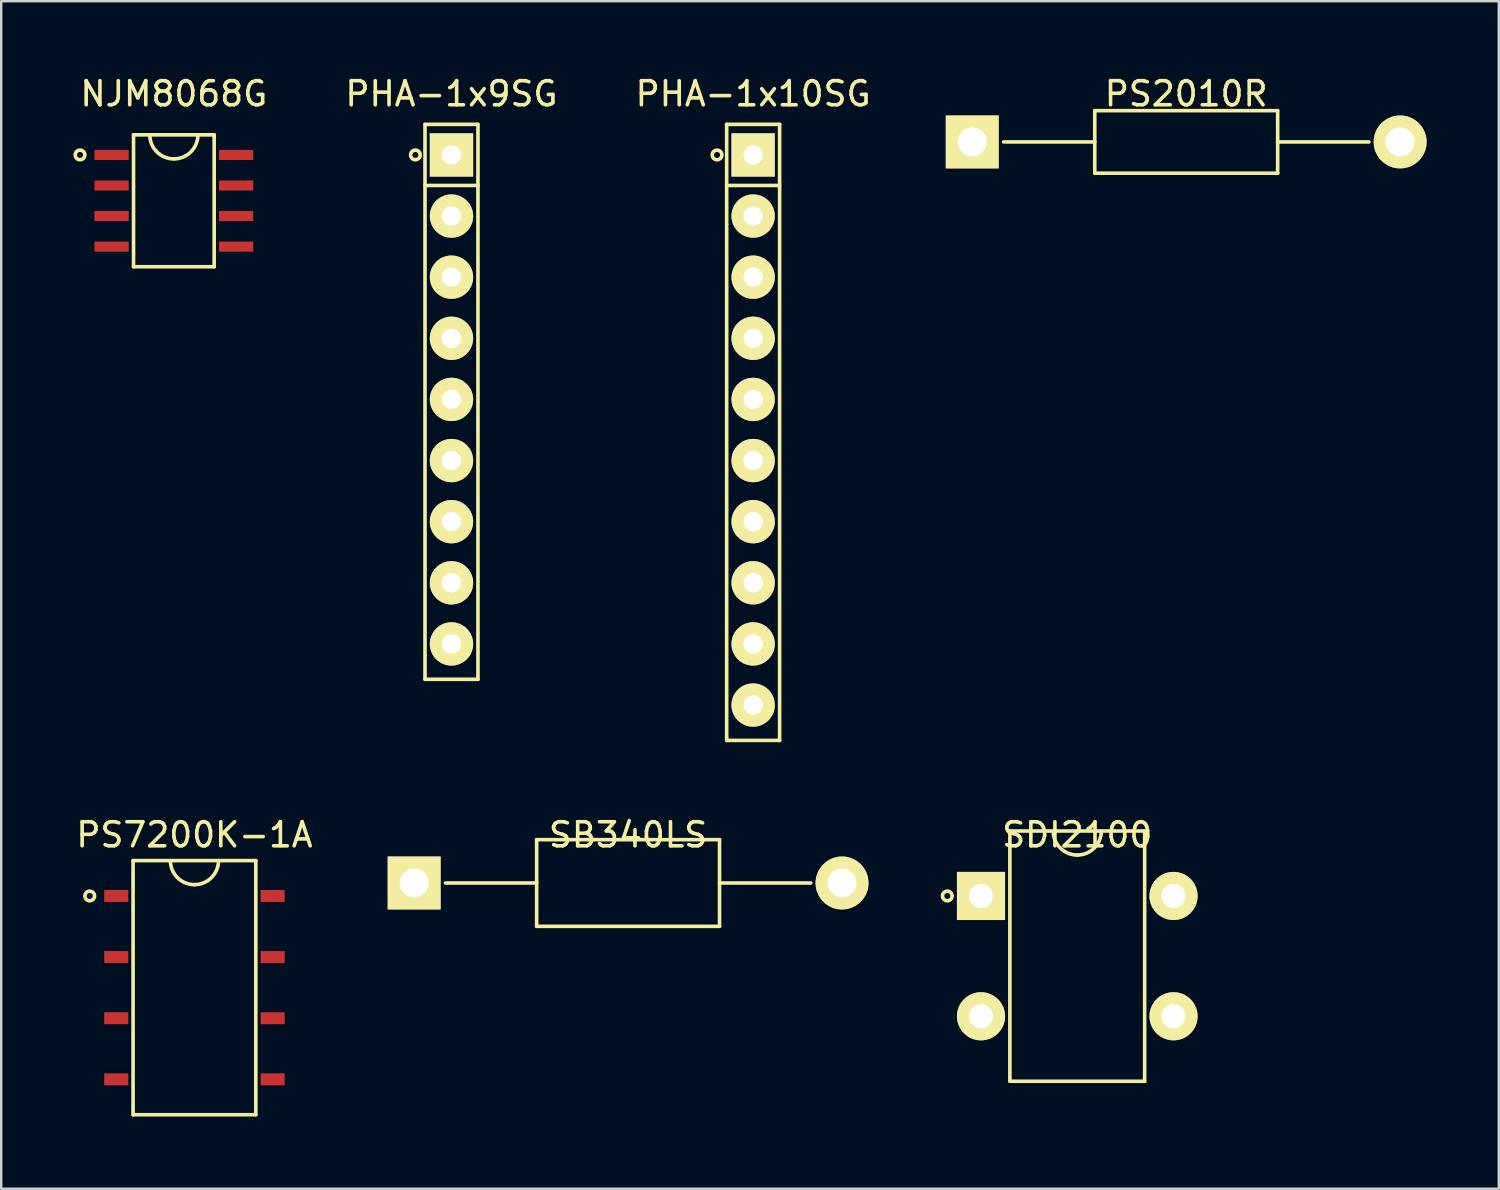
<source format=kicad_pcb>
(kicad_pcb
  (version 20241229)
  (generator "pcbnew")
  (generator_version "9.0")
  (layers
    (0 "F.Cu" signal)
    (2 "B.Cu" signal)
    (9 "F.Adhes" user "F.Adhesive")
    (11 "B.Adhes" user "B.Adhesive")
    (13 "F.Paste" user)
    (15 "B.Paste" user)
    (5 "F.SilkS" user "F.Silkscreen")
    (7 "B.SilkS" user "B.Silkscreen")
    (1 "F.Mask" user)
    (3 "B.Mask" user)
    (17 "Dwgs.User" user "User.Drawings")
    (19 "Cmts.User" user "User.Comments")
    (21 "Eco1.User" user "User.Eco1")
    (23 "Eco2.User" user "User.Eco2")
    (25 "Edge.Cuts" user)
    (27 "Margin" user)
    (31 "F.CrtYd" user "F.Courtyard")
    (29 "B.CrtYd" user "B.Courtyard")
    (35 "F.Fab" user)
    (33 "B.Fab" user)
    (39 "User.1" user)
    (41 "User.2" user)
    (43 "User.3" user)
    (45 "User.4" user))
  (footprint "SB340LS"
    (layer "F.Cu")
    (at 14.16 33.642)
    (property "Reference" "SB340LS" (at 8.89 -2 0) (layer "F.SilkS") (effects (font (size 1 1) (thickness 0.15))))
    (attr through_hole)
    (fp_line (start 1.3 0) (end 5.09 0) (stroke (width 0.15) (type solid)) (layer "F.SilkS"))
    (fp_line (start 5.09 -1.8) (end 5.09 1.8) (stroke (width 0.15) (type solid)) (layer "F.SilkS"))
    (fp_line (start 5.09 -1.8) (end 12.69 -1.8) (stroke (width 0.15) (type solid)) (layer "F.SilkS"))
    (fp_line (start 5.09 1.8) (end 12.69 1.8) (stroke (width 0.15) (type solid)) (layer "F.SilkS"))
    (fp_line (start 12.69 0) (end 16.48 0) (stroke (width 0.15) (type solid)) (layer "F.SilkS"))
    (fp_line (start 12.69 1.8) (end 12.69 -1.8) (stroke (width 0.15) (type solid)) (layer "F.SilkS"))
    (pad "1" thru_hole rect (at 0 0) (size 2.2 2.2) (drill 1.2) (layers "*.Cu" "*.Mask" "F.SilkS"))
    (pad "2" thru_hole circle (at 17.78 0) (size 2.2 2.2) (drill 1.2) (layers "*.Cu" "*.Mask" "F.SilkS")))
  (footprint "PHA-1x10SG"
    (layer "F.Cu")
    (at 28.246 3.388)
    (property "Reference" "PHA-1x10SG" (at 0 -2.54 0) (layer "F.SilkS") (effects (font (size 1 1) (thickness 0.15))))
    (attr through_hole)
    (fp_line (start -1.1 -1.27) (end 1.1 -1.27) (stroke (width 0.15) (type solid)) (layer "F.SilkS"))
    (fp_line (start -1.1 1.27) (end 1.1 1.27) (stroke (width 0.15) (type solid)) (layer "F.SilkS"))
    (fp_line (start -1.1 24.33) (end -1.1 -1.27) (stroke (width 0.15) (type solid)) (layer "F.SilkS"))
    (fp_line (start 1.1 -1.27) (end 1.1 24.33) (stroke (width 0.15) (type solid)) (layer "F.SilkS"))
    (fp_line (start 1.1 24.33) (end -1.1 24.33) (stroke (width 0.15) (type solid)) (layer "F.SilkS"))
    (fp_circle (center -1.5 0) (end -1.5 0.2) (stroke (width 0.15) (type solid)) (fill no) (layer "F.SilkS"))
    (pad "1" thru_hole rect (at 0 0) (size 1.8 1.8) (drill 0.8) (layers "*.Cu" "*.Mask" "F.SilkS"))
    (pad "2" thru_hole circle (at 0 2.54) (size 1.8 1.8) (drill 0.8) (layers "*.Cu" "*.Mask" "F.SilkS"))
    (pad "3" thru_hole circle (at 0 5.08) (size 1.8 1.8) (drill 0.8) (layers "*.Cu" "*.Mask" "F.SilkS"))
    (pad "4" thru_hole circle (at 0 7.62) (size 1.8 1.8) (drill 0.8) (layers "*.Cu" "*.Mask" "F.SilkS"))
    (pad "5" thru_hole circle (at 0 10.16) (size 1.8 1.8) (drill 0.8) (layers "*.Cu" "*.Mask" "F.SilkS"))
    (pad "6" thru_hole circle (at 0 12.7) (size 1.8 1.8) (drill 0.8) (layers "*.Cu" "*.Mask" "F.SilkS"))
    (pad "7" thru_hole circle (at 0 15.24) (size 1.8 1.8) (drill 0.8) (layers "*.Cu" "*.Mask" "F.SilkS"))
    (pad "8" thru_hole circle (at 0 17.78) (size 1.8 1.8) (drill 0.8) (layers "*.Cu" "*.Mask" "F.SilkS"))
    (pad "9" thru_hole circle (at 0 20.32) (size 1.8 1.8) (drill 0.8) (layers "*.Cu" "*.Mask" "F.SilkS"))
    (pad "10" thru_hole circle (at 0 22.86) (size 1.8 1.8) (drill 0.8) (layers "*.Cu" "*.Mask" "F.SilkS")))
  (footprint "SDI2100"
    (layer "F.Cu")
    (at 37.715 34.181)
    (property "Reference" "SDI2100" (at 4 -2.54 0) (layer "F.SilkS") (effects (font (size 1 1) (thickness 0.15))))
    (attr through_hole)
    (fp_line (start 1.2 -2.7) (end 6.8 -2.7) (stroke (width 0.15) (type solid)) (layer "F.SilkS"))
    (fp_line (start 1.2 7.7) (end 1.2 -2.7) (stroke (width 0.15) (type solid)) (layer "F.SilkS"))
    (fp_line (start 6.8 -2.7) (end 6.8 7.7) (stroke (width 0.15) (type solid)) (layer "F.SilkS"))
    (fp_line (start 6.8 7.7) (end 1.2 7.7) (stroke (width 0.15) (type solid)) (layer "F.SilkS"))
    (fp_arc (start 4 -1.7) (mid 3.292893 -1.992893) (end 3 -2.7) (stroke (width 0.15) (type solid)) (layer "F.SilkS"))
    (fp_arc (start 5 -2.7) (mid 4.707107 -1.992893) (end 4 -1.7) (stroke (width 0.15) (type solid)) (layer "F.SilkS"))
    (fp_circle (center -1.4 0) (end -1.4 0.2) (stroke (width 0.15) (type solid)) (fill no) (layer "F.SilkS"))
    (pad "1" thru_hole rect (at 0 0) (size 2 2) (drill 1) (layers "*.Cu" "*.Mask" "F.SilkS"))
    (pad "2" thru_hole circle (at 0 5) (size 2 2) (drill 1) (layers "*.Cu" "*.Mask" "F.SilkS"))
    (pad "3" thru_hole circle (at 8 5) (size 2 2) (drill 1) (layers "*.Cu" "*.Mask" "F.SilkS"))
    (pad "4" thru_hole circle (at 8 0) (size 2 2) (drill 1) (layers "*.Cu" "*.Mask" "F.SilkS")))
  (footprint "PS7200K-1A"
    (layer "F.Cu")
    (at 1.78 34.181)
    (property "Reference" "PS7200K-1A" (at 3.25 -2.54 0) (layer "F.SilkS") (effects (font (size 1 1) (thickness 0.15))))
    (attr through_hole)
    (fp_line (start 0.7 -1.47) (end 5.8 -1.47) (stroke (width 0.15) (type solid)) (layer "F.SilkS"))
    (fp_line (start 0.7 9.09) (end 0.7 -1.47) (stroke (width 0.15) (type solid)) (layer "F.SilkS"))
    (fp_line (start 5.8 -1.47) (end 5.8 9.09) (stroke (width 0.15) (type solid)) (layer "F.SilkS"))
    (fp_line (start 5.8 9.09) (end 0.7 9.09) (stroke (width 0.15) (type solid)) (layer "F.SilkS"))
    (fp_arc (start 3.25 -0.47) (mid 2.542893 -0.762893) (end 2.25 -1.47) (stroke (width 0.15) (type solid)) (layer "F.SilkS"))
    (fp_arc (start 4.25 -1.47) (mid 3.957107 -0.762893) (end 3.25 -0.47) (stroke (width 0.15) (type solid)) (layer "F.SilkS"))
    (fp_circle (center -1.1 0) (end -1.1 0.2) (stroke (width 0.15) (type solid)) (fill no) (layer "F.SilkS"))
    (pad "1" smd rect (at 0 0) (size 1 0.5) (layers "F.Cu" "F.Mask" "F.Paste"))
    (pad "2" smd rect (at 0 2.54) (size 1 0.5) (layers "F.Cu" "F.Mask" "F.Paste"))
    (pad "3" smd rect (at 0 5.08) (size 1 0.5) (layers "F.Cu" "F.Mask" "F.Paste"))
    (pad "4" smd rect (at 0 7.62) (size 1 0.5) (layers "F.Cu" "F.Mask" "F.Paste"))
    (pad "5" smd rect (at 6.5 7.62) (size 1 0.5) (layers "F.Cu" "F.Mask" "F.Paste"))
    (pad "6" smd rect (at 6.5 5.08) (size 1 0.5) (layers "F.Cu" "F.Mask" "F.Paste"))
    (pad "7" smd rect (at 6.5 2.54) (size 1 0.5) (layers "F.Cu" "F.Mask" "F.Paste"))
    (pad "8" smd rect (at 6.5 0) (size 1 0.5) (layers "F.Cu" "F.Mask" "F.Paste")))
  (footprint "PS2010R"
    (layer "F.Cu")
    (at 37.352 2.848)
    (property "Reference" "PS2010R" (at 8.89 -2 0) (layer "F.SilkS") (effects (font (size 1 1) (thickness 0.15))))
    (attr through_hole)
    (fp_line (start 1.3 0) (end 5.09 0) (stroke (width 0.15) (type solid)) (layer "F.SilkS"))
    (fp_line (start 5.09 -1.3) (end 5.09 1.3) (stroke (width 0.15) (type solid)) (layer "F.SilkS"))
    (fp_line (start 5.09 -1.3) (end 12.69 -1.3) (stroke (width 0.15) (type solid)) (layer "F.SilkS"))
    (fp_line (start 5.09 1.3) (end 12.69 1.3) (stroke (width 0.15) (type solid)) (layer "F.SilkS"))
    (fp_line (start 12.69 0) (end 16.48 0) (stroke (width 0.15) (type solid)) (layer "F.SilkS"))
    (fp_line (start 12.69 1.3) (end 12.69 -1.3) (stroke (width 0.15) (type solid)) (layer "F.SilkS"))
    (pad "1" thru_hole rect (at 0 0) (size 2.2 2.2) (drill 1.2) (layers "*.Cu" "*.Mask" "F.SilkS"))
    (pad "2" thru_hole circle (at 17.78 0) (size 2.2 2.2) (drill 1.2) (layers "*.Cu" "*.Mask" "F.SilkS")))
  (footprint "PHA-1x9SG"
    (layer "F.Cu")
    (at 15.711 3.388)
    (property "Reference" "PHA-1x9SG" (at 0 -2.54 0) (layer "F.SilkS") (effects (font (size 1 1) (thickness 0.15))))
    (attr through_hole)
    (fp_line (start -1.1 -1.27) (end 1.1 -1.27) (stroke (width 0.15) (type solid)) (layer "F.SilkS"))
    (fp_line (start -1.1 1.27) (end 1.1 1.27) (stroke (width 0.15) (type solid)) (layer "F.SilkS"))
    (fp_line (start -1.1 21.79) (end -1.1 -1.27) (stroke (width 0.15) (type solid)) (layer "F.SilkS"))
    (fp_line (start 1.1 -1.27) (end 1.1 21.79) (stroke (width 0.15) (type solid)) (layer "F.SilkS"))
    (fp_line (start 1.1 21.79) (end -1.1 21.79) (stroke (width 0.15) (type solid)) (layer "F.SilkS"))
    (fp_circle (center -1.5 0) (end -1.5 0.2) (stroke (width 0.15) (type solid)) (fill no) (layer "F.SilkS"))
    (pad "1" thru_hole rect (at 0 0) (size 1.8 1.8) (drill 0.8) (layers "*.Cu" "*.Mask" "F.SilkS"))
    (pad "2" thru_hole circle (at 0 2.54) (size 1.8 1.8) (drill 0.8) (layers "*.Cu" "*.Mask" "F.SilkS"))
    (pad "3" thru_hole circle (at 0 5.08) (size 1.8 1.8) (drill 0.8) (layers "*.Cu" "*.Mask" "F.SilkS"))
    (pad "4" thru_hole circle (at 0 7.62) (size 1.8 1.8) (drill 0.8) (layers "*.Cu" "*.Mask" "F.SilkS"))
    (pad "5" thru_hole circle (at 0 10.16) (size 1.8 1.8) (drill 0.8) (layers "*.Cu" "*.Mask" "F.SilkS"))
    (pad "6" thru_hole circle (at 0 12.7) (size 1.8 1.8) (drill 0.8) (layers "*.Cu" "*.Mask" "F.SilkS"))
    (pad "7" thru_hole circle (at 0 15.24) (size 1.8 1.8) (drill 0.8) (layers "*.Cu" "*.Mask" "F.SilkS"))
    (pad "8" thru_hole circle (at 0 17.78) (size 1.8 1.8) (drill 0.8) (layers "*.Cu" "*.Mask" "F.SilkS"))
    (pad "9" thru_hole circle (at 0 20.32) (size 1.8 1.8) (drill 0.8) (layers "*.Cu" "*.Mask" "F.SilkS")))
  (footprint "NJM8068G"
    (layer "F.Cu")
    (at 1.587 3.388)
    (property "Reference" "NJM8068G" (at 2.587 -2.54 0) (layer "F.SilkS") (effects (font (size 1 1) (thickness 0.15))))
    (attr through_hole)
    (fp_line (start 0.912 -0.835) (end 4.263 -0.835) (stroke (width 0.15) (type solid)) (layer "F.SilkS"))
    (fp_line (start 0.912 4.645) (end 0.912 -0.835) (stroke (width 0.15) (type solid)) (layer "F.SilkS"))
    (fp_line (start 4.263 -0.835) (end 4.263 4.645) (stroke (width 0.15) (type solid)) (layer "F.SilkS"))
    (fp_line (start 4.263 4.645) (end 0.912 4.645) (stroke (width 0.15) (type solid)) (layer "F.SilkS"))
    (fp_arc (start 2.5875 0.165) (mid 1.880393 -0.127893) (end 1.5875 -0.835) (stroke (width 0.15) (type solid)) (layer "F.SilkS"))
    (fp_arc (start 3.5875 -0.835) (mid 3.294607 -0.127893) (end 2.5875 0.165) (stroke (width 0.15) (type solid)) (layer "F.SilkS"))
    (fp_circle (center -1.312 0) (end -1.312 0.2) (stroke (width 0.15) (type solid)) (fill no) (layer "F.SilkS"))
    (pad "1" smd rect (at 0 0) (size 1.425 0.42) (layers "F.Cu" "F.Mask" "F.Paste"))
    (pad "2" smd rect (at 0 1.27) (size 1.425 0.42) (layers "F.Cu" "F.Mask" "F.Paste"))
    (pad "3" smd rect (at 0 2.54) (size 1.425 0.42) (layers "F.Cu" "F.Mask" "F.Paste"))
    (pad "4" smd rect (at 0 3.81) (size 1.425 0.42) (layers "F.Cu" "F.Mask" "F.Paste"))
    (pad "5" smd rect (at 5.175 3.81) (size 1.425 0.42) (layers "F.Cu" "F.Mask" "F.Paste"))
    (pad "6" smd rect (at 5.175 2.54) (size 1.425 0.42) (layers "F.Cu" "F.Mask" "F.Paste"))
    (pad "7" smd rect (at 5.175 1.27) (size 1.425 0.42) (layers "F.Cu" "F.Mask" "F.Paste"))
    (pad "8" smd rect (at 5.175 0) (size 1.425 0.42) (layers "F.Cu" "F.Mask" "F.Paste")))
  (gr_rect
    (start -3 -3)
    (end 59.232 46.346)
    (stroke (width 0.1) (type default))
    (fill no)
    (layer "Edge.Cuts")))
</source>
